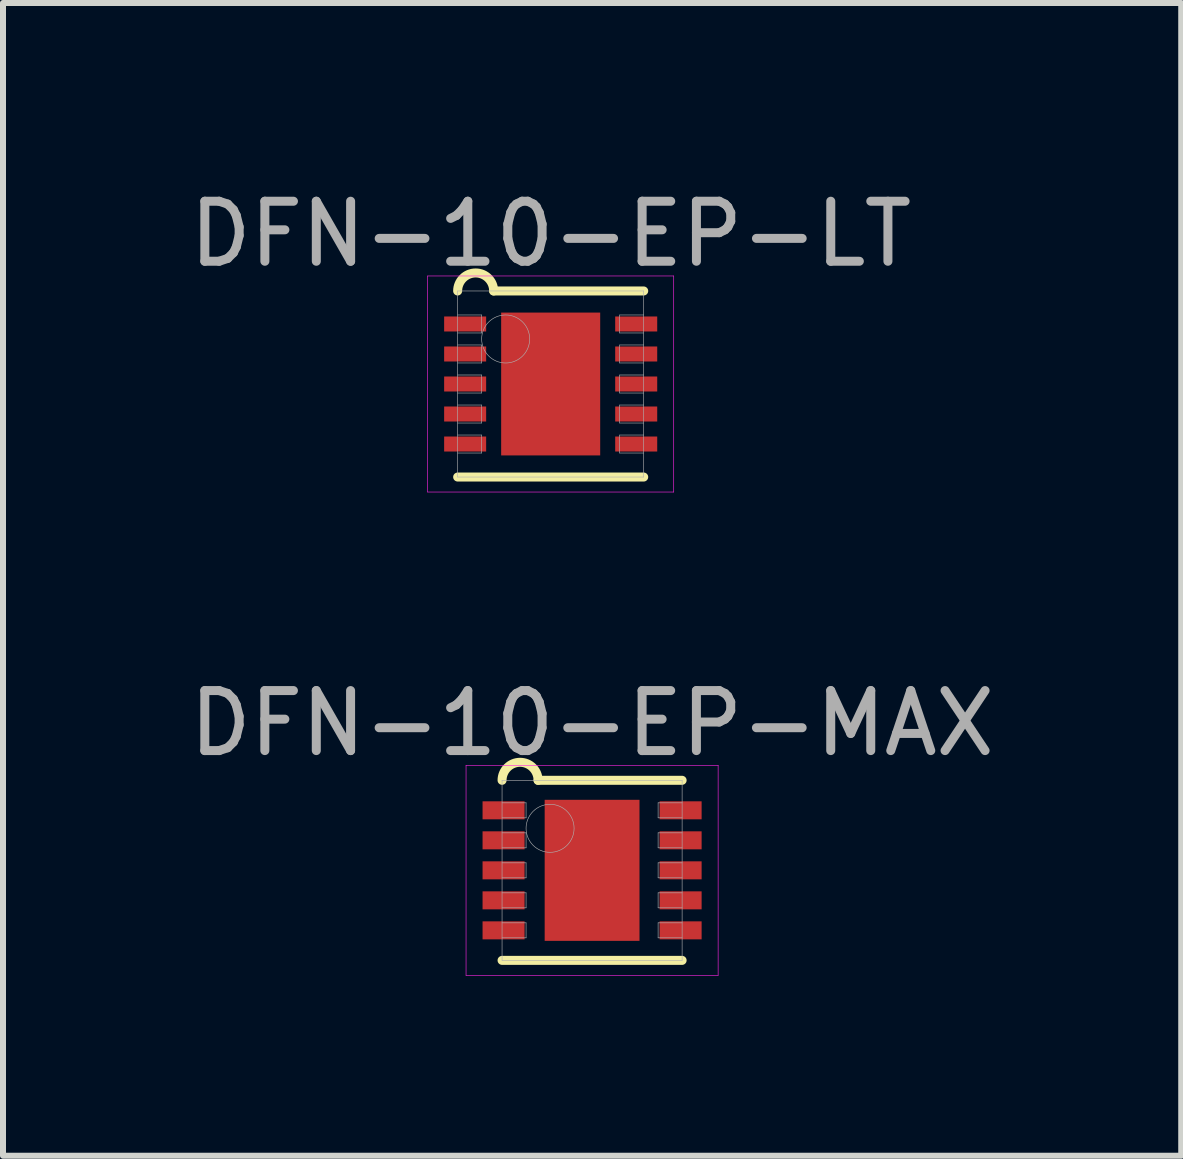
<source format=kicad_pcb>
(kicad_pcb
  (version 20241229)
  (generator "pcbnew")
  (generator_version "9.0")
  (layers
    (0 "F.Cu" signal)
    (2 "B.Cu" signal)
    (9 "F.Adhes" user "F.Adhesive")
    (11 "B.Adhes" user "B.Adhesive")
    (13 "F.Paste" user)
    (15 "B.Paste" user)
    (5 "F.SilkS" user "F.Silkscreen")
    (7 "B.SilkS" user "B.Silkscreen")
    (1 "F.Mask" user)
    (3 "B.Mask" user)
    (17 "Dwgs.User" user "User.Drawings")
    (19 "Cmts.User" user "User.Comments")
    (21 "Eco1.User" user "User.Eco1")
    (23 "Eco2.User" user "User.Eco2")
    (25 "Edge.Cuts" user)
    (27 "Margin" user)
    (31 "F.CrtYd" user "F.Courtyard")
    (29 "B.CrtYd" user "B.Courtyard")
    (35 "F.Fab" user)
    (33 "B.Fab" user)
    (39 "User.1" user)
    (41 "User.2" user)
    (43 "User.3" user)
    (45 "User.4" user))
  (footprint "DFN-10-EP-LT"
    (layer "F.Cu")
    (at 6.125 3.348)
    (property "Reference" "DFN-10-EP-LT" (at 0 -2.5 0) (layer "F.Fab") (effects (font (size 1 1) (thickness 0.15))))
    (attr through_hole)
    (fp_line (start -1.55 1.55) (end 1.55 1.55) (stroke (width 0.15) (type solid)) (layer "F.SilkS"))
    (fp_line (start -0.95 -1.55) (end 1.55 -1.55) (stroke (width 0.15) (type solid)) (layer "F.SilkS"))
    (fp_arc (start -1.55 -1.55) (mid -1.25 -1.85) (end -0.95 -1.55) (stroke (width 0.15) (type solid)) (layer "F.SilkS"))
    (fp_line (start -2.05 -1.8) (end 2.05 -1.8) (stroke (width 0.01) (type solid)) (layer "F.CrtYd"))
    (fp_line (start -2.05 1.8) (end -2.05 -1.8) (stroke (width 0.01) (type solid)) (layer "F.CrtYd"))
    (fp_line (start 2.05 -1.8) (end 2.05 1.8) (stroke (width 0.01) (type solid)) (layer "F.CrtYd"))
    (fp_line (start 2.05 1.8) (end -2.05 1.8) (stroke (width 0.01) (type solid)) (layer "F.CrtYd"))
    (fp_line (start -1.55 -1.55) (end 1.55 -1.55) (stroke (width 0.01) (type solid)) (layer "F.Fab"))
    (fp_line (start -1.55 -0.85) (end -1.15 -0.85) (stroke (width 0.01) (type solid)) (layer "F.Fab"))
    (fp_line (start -1.55 -0.35) (end -1.15 -0.35) (stroke (width 0.01) (type solid)) (layer "F.Fab"))
    (fp_line (start -1.55 0.15) (end -1.15 0.15) (stroke (width 0.01) (type solid)) (layer "F.Fab"))
    (fp_line (start -1.55 0.65) (end -1.15 0.65) (stroke (width 0.01) (type solid)) (layer "F.Fab"))
    (fp_line (start -1.55 1.15) (end -1.15 1.15) (stroke (width 0.01) (type solid)) (layer "F.Fab"))
    (fp_line (start -1.55 1.55) (end -1.55 -1.55) (stroke (width 0.01) (type solid)) (layer "F.Fab"))
    (fp_line (start -1.15 -1.15) (end -1.55 -1.15) (stroke (width 0.01) (type solid)) (layer "F.Fab"))
    (fp_line (start -1.15 -0.85) (end -1.15 -1.15) (stroke (width 0.01) (type solid)) (layer "F.Fab"))
    (fp_line (start -1.15 -0.65) (end -1.55 -0.65) (stroke (width 0.01) (type solid)) (layer "F.Fab"))
    (fp_line (start -1.15 -0.35) (end -1.15 -0.65) (stroke (width 0.01) (type solid)) (layer "F.Fab"))
    (fp_line (start -1.15 -0.15) (end -1.55 -0.15) (stroke (width 0.01) (type solid)) (layer "F.Fab"))
    (fp_line (start -1.15 0.15) (end -1.15 -0.15) (stroke (width 0.01) (type solid)) (layer "F.Fab"))
    (fp_line (start -1.15 0.35) (end -1.55 0.35) (stroke (width 0.01) (type solid)) (layer "F.Fab"))
    (fp_line (start -1.15 0.65) (end -1.15 0.35) (stroke (width 0.01) (type solid)) (layer "F.Fab"))
    (fp_line (start -1.15 0.85) (end -1.55 0.85) (stroke (width 0.01) (type solid)) (layer "F.Fab"))
    (fp_line (start -1.15 1.15) (end -1.15 0.85) (stroke (width 0.01) (type solid)) (layer "F.Fab"))
    (fp_line (start 1.15 -1.15) (end 1.15 -0.85) (stroke (width 0.01) (type solid)) (layer "F.Fab"))
    (fp_line (start 1.15 -0.85) (end 1.55 -0.85) (stroke (width 0.01) (type solid)) (layer "F.Fab"))
    (fp_line (start 1.15 -0.65) (end 1.15 -0.35) (stroke (width 0.01) (type solid)) (layer "F.Fab"))
    (fp_line (start 1.15 -0.35) (end 1.55 -0.35) (stroke (width 0.01) (type solid)) (layer "F.Fab"))
    (fp_line (start 1.15 -0.15) (end 1.15 0.15) (stroke (width 0.01) (type solid)) (layer "F.Fab"))
    (fp_line (start 1.15 0.15) (end 1.55 0.15) (stroke (width 0.01) (type solid)) (layer "F.Fab"))
    (fp_line (start 1.15 0.35) (end 1.15 0.65) (stroke (width 0.01) (type solid)) (layer "F.Fab"))
    (fp_line (start 1.15 0.65) (end 1.55 0.65) (stroke (width 0.01) (type solid)) (layer "F.Fab"))
    (fp_line (start 1.15 0.85) (end 1.15 1.15) (stroke (width 0.01) (type solid)) (layer "F.Fab"))
    (fp_line (start 1.15 1.15) (end 1.55 1.15) (stroke (width 0.01) (type solid)) (layer "F.Fab"))
    (fp_line (start 1.55 -1.55) (end 1.55 1.55) (stroke (width 0.01) (type solid)) (layer "F.Fab"))
    (fp_line (start 1.55 -1.15) (end 1.15 -1.15) (stroke (width 0.01) (type solid)) (layer "F.Fab"))
    (fp_line (start 1.55 -0.65) (end 1.15 -0.65) (stroke (width 0.01) (type solid)) (layer "F.Fab"))
    (fp_line (start 1.55 -0.15) (end 1.15 -0.15) (stroke (width 0.01) (type solid)) (layer "F.Fab"))
    (fp_line (start 1.55 0.35) (end 1.15 0.35) (stroke (width 0.01) (type solid)) (layer "F.Fab"))
    (fp_line (start 1.55 0.85) (end 1.15 0.85) (stroke (width 0.01) (type solid)) (layer "F.Fab"))
    (fp_line (start 1.55 1.55) (end -1.55 1.55) (stroke (width 0.01) (type solid)) (layer "F.Fab"))
    (fp_circle (center -0.75 -0.75) (end -0.75 -0.35) (stroke (width 0.01) (type solid)) (fill no) (layer "F.Fab"))
    (pad "1" smd rect (at -1.425 -1) (size 0.7 0.25) (layers "F.Cu" "F.Mask" "F.Paste"))
    (pad "2" smd rect (at -1.425 -0.5) (size 0.7 0.25) (layers "F.Cu" "F.Mask" "F.Paste"))
    (pad "3" smd rect (at -1.425 0) (size 0.7 0.25) (layers "F.Cu" "F.Mask" "F.Paste"))
    (pad "4" smd rect (at -1.425 0.5) (size 0.7 0.25) (layers "F.Cu" "F.Mask" "F.Paste"))
    (pad "5" smd rect (at -1.425 1) (size 0.7 0.25) (layers "F.Cu" "F.Mask" "F.Paste"))
    (pad "6" smd rect (at 1.425 1) (size 0.7 0.25) (layers "F.Cu" "F.Mask" "F.Paste"))
    (pad "7" smd rect (at 1.425 0.5) (size 0.7 0.25) (layers "F.Cu" "F.Mask" "F.Paste"))
    (pad "8" smd rect (at 1.425 0) (size 0.7 0.25) (layers "F.Cu" "F.Mask" "F.Paste"))
    (pad "9" smd rect (at 1.425 -0.5) (size 0.7 0.25) (layers "F.Cu" "F.Mask" "F.Paste"))
    (pad "10" smd rect (at 1.425 -1) (size 0.7 0.25) (layers "F.Cu" "F.Mask" "F.Paste"))
    (pad "EP" smd rect (at 0 -0.6) (size 1.2 0.8) (layers "F.Cu" "F.Paste"))
    (pad "EP" smd rect (at 0 0) (size 1.65 2.38) (layers "F.Cu" "F.Mask"))
    (pad "EP" smd rect (at 0 0.6) (size 1.2 0.8) (layers "F.Cu" "F.Paste")))
  (footprint "DFN-10-EP-MAX"
    (layer "F.Cu")
    (at 6.815 11.451)
    (property "Reference" "DFN-10-EP-MAX" (at 0 -2.45 0) (layer "F.Fab") (effects (font (size 1 1) (thickness 0.15))))
    (attr smd)
    (fp_line (start -1.5 1.5) (end 1.5 1.5) (stroke (width 0.15) (type solid)) (layer "F.SilkS"))
    (fp_line (start -0.9 -1.5) (end 1.5 -1.5) (stroke (width 0.15) (type solid)) (layer "F.SilkS"))
    (fp_arc (start -1.5 -1.5) (mid -1.2 -1.8) (end -0.9 -1.5) (stroke (width 0.15) (type solid)) (layer "F.SilkS"))
    (fp_line (start -2.1 -1.75) (end 2.1 -1.75) (stroke (width 0.01) (type solid)) (layer "F.CrtYd"))
    (fp_line (start -2.1 1.75) (end -2.1 -1.75) (stroke (width 0.01) (type solid)) (layer "F.CrtYd"))
    (fp_line (start 2.1 -1.75) (end 2.1 1.75) (stroke (width 0.01) (type solid)) (layer "F.CrtYd"))
    (fp_line (start 2.1 1.75) (end -2.1 1.75) (stroke (width 0.01) (type solid)) (layer "F.CrtYd"))
    (fp_line (start -1.5 -1.5) (end 1.5 -1.5) (stroke (width 0.01) (type solid)) (layer "F.Fab"))
    (fp_line (start -1.5 -0.875) (end -1.1 -0.875) (stroke (width 0.01) (type solid)) (layer "F.Fab"))
    (fp_line (start -1.5 -0.375) (end -1.1 -0.375) (stroke (width 0.01) (type solid)) (layer "F.Fab"))
    (fp_line (start -1.5 0.125) (end -1.1 0.125) (stroke (width 0.01) (type solid)) (layer "F.Fab"))
    (fp_line (start -1.5 0.625) (end -1.1 0.625) (stroke (width 0.01) (type solid)) (layer "F.Fab"))
    (fp_line (start -1.5 1.125) (end -1.1 1.125) (stroke (width 0.01) (type solid)) (layer "F.Fab"))
    (fp_line (start -1.5 1.5) (end -1.5 -1.5) (stroke (width 0.01) (type solid)) (layer "F.Fab"))
    (fp_line (start -1.1 -1.125) (end -1.5 -1.125) (stroke (width 0.01) (type solid)) (layer "F.Fab"))
    (fp_line (start -1.1 -0.875) (end -1.1 -1.125) (stroke (width 0.01) (type solid)) (layer "F.Fab"))
    (fp_line (start -1.1 -0.625) (end -1.5 -0.625) (stroke (width 0.01) (type solid)) (layer "F.Fab"))
    (fp_line (start -1.1 -0.375) (end -1.1 -0.625) (stroke (width 0.01) (type solid)) (layer "F.Fab"))
    (fp_line (start -1.1 -0.125) (end -1.5 -0.125) (stroke (width 0.01) (type solid)) (layer "F.Fab"))
    (fp_line (start -1.1 0.125) (end -1.1 -0.125) (stroke (width 0.01) (type solid)) (layer "F.Fab"))
    (fp_line (start -1.1 0.375) (end -1.5 0.375) (stroke (width 0.01) (type solid)) (layer "F.Fab"))
    (fp_line (start -1.1 0.625) (end -1.1 0.375) (stroke (width 0.01) (type solid)) (layer "F.Fab"))
    (fp_line (start -1.1 0.875) (end -1.5 0.875) (stroke (width 0.01) (type solid)) (layer "F.Fab"))
    (fp_line (start -1.1 1.125) (end -1.1 0.875) (stroke (width 0.01) (type solid)) (layer "F.Fab"))
    (fp_line (start 1.1 -1.125) (end 1.1 -0.875) (stroke (width 0.01) (type solid)) (layer "F.Fab"))
    (fp_line (start 1.1 -0.875) (end 1.5 -0.875) (stroke (width 0.01) (type solid)) (layer "F.Fab"))
    (fp_line (start 1.1 -0.625) (end 1.1 -0.375) (stroke (width 0.01) (type solid)) (layer "F.Fab"))
    (fp_line (start 1.1 -0.375) (end 1.5 -0.375) (stroke (width 0.01) (type solid)) (layer "F.Fab"))
    (fp_line (start 1.1 -0.125) (end 1.1 0.125) (stroke (width 0.01) (type solid)) (layer "F.Fab"))
    (fp_line (start 1.1 0.125) (end 1.5 0.125) (stroke (width 0.01) (type solid)) (layer "F.Fab"))
    (fp_line (start 1.1 0.375) (end 1.1 0.625) (stroke (width 0.01) (type solid)) (layer "F.Fab"))
    (fp_line (start 1.1 0.625) (end 1.5 0.625) (stroke (width 0.01) (type solid)) (layer "F.Fab"))
    (fp_line (start 1.1 0.875) (end 1.1 1.125) (stroke (width 0.01) (type solid)) (layer "F.Fab"))
    (fp_line (start 1.1 1.125) (end 1.5 1.125) (stroke (width 0.01) (type solid)) (layer "F.Fab"))
    (fp_line (start 1.5 -1.5) (end 1.5 1.5) (stroke (width 0.01) (type solid)) (layer "F.Fab"))
    (fp_line (start 1.5 -1.125) (end 1.1 -1.125) (stroke (width 0.01) (type solid)) (layer "F.Fab"))
    (fp_line (start 1.5 -0.625) (end 1.1 -0.625) (stroke (width 0.01) (type solid)) (layer "F.Fab"))
    (fp_line (start 1.5 -0.125) (end 1.1 -0.125) (stroke (width 0.01) (type solid)) (layer "F.Fab"))
    (fp_line (start 1.5 0.375) (end 1.1 0.375) (stroke (width 0.01) (type solid)) (layer "F.Fab"))
    (fp_line (start 1.5 0.875) (end 1.1 0.875) (stroke (width 0.01) (type solid)) (layer "F.Fab"))
    (fp_line (start 1.5 1.5) (end -1.5 1.5) (stroke (width 0.01) (type solid)) (layer "F.Fab"))
    (fp_circle (center -0.7 -0.7) (end -0.7 -0.3) (stroke (width 0.01) (type solid)) (fill no) (layer "F.Fab"))
    (pad "" smd rect (at 0 -0.6) (size 1.2 0.8) (layers "F.Paste"))
    (pad "" smd rect (at 0 0.6) (size 1.2 0.8) (layers "F.Paste"))
    (pad "1" smd rect (at -1.475 -1) (size 0.7 0.3) (layers "F.Cu" "F.Mask" "F.Paste"))
    (pad "2" smd rect (at -1.475 -0.5) (size 0.7 0.3) (layers "F.Cu" "F.Mask" "F.Paste"))
    (pad "3" smd rect (at -1.475 0) (size 0.7 0.3) (layers "F.Cu" "F.Mask" "F.Paste"))
    (pad "4" smd rect (at -1.475 0.5) (size 0.7 0.3) (layers "F.Cu" "F.Mask" "F.Paste"))
    (pad "5" smd rect (at -1.475 1) (size 0.7 0.3) (layers "F.Cu" "F.Mask" "F.Paste"))
    (pad "6" smd rect (at 1.475 1) (size 0.7 0.3) (layers "F.Cu" "F.Mask" "F.Paste"))
    (pad "7" smd rect (at 1.475 0.5) (size 0.7 0.3) (layers "F.Cu" "F.Mask" "F.Paste"))
    (pad "8" smd rect (at 1.475 0) (size 0.7 0.3) (layers "F.Cu" "F.Mask" "F.Paste"))
    (pad "9" smd rect (at 1.475 -0.5) (size 0.7 0.3) (layers "F.Cu" "F.Mask" "F.Paste"))
    (pad "10" smd rect (at 1.475 -1) (size 0.7 0.3) (layers "F.Cu" "F.Mask" "F.Paste"))
    (pad "EP" smd rect (at 0 0) (size 1.58 2.35) (layers "F.Cu" "F.Mask")))
  (gr_rect
    (start -3 -3)
    (end 16.631 16.206)
    (stroke (width 0.1) (type default))
    (fill no)
    (layer "Edge.Cuts")))
</source>
